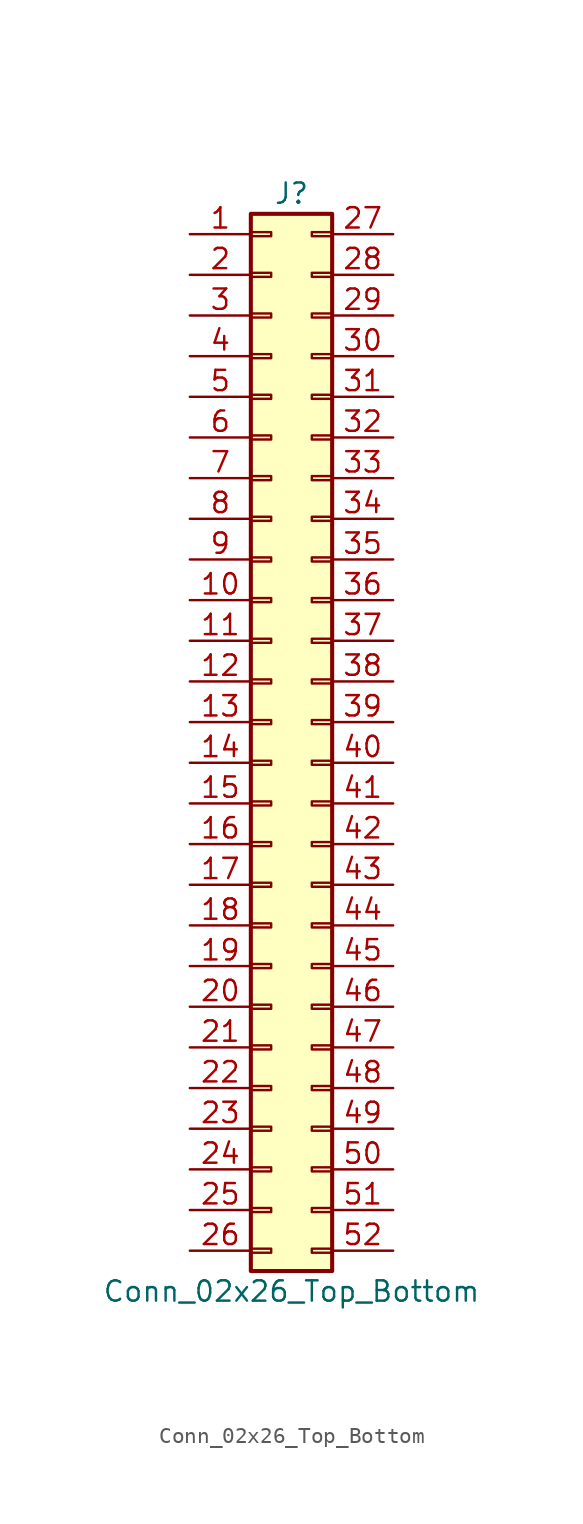
<source format=kicad_sym>
(kicad_symbol_lib
  (version 20220914)
  (generator kicad_symbol_editor)
  (symbol "Conn_02x26_Top_Bottom"
    (pin_names
      (offset 1.016) hide)
    (property "Reference" "J"
      (at 1.27 33.02 0)
      (effects (font (size 1.27 1.27))))
    (property "Value" "Conn_02x26_Top_Bottom"
      (at 1.27 -35.56 0)
      (effects (font (size 1.27 1.27))))
    (symbol "Conn_02x26_Top_Bottom_1_1"
      (rectangle (start -1.27 -32.893) (end 0 -33.147) (stroke (width 0.152) (type solid)) (fill (type none)))
      (rectangle (start -1.27 -30.353) (end 0 -30.607) (stroke (width 0.152) (type solid)) (fill (type none)))
      (rectangle (start -1.27 -27.813) (end 0 -28.067) (stroke (width 0.152) (type solid)) (fill (type none)))
      (rectangle (start -1.27 -25.273) (end 0 -25.527) (stroke (width 0.152) (type solid)) (fill (type none)))
      (rectangle (start -1.27 -22.733) (end 0 -22.987) (stroke (width 0.152) (type solid)) (fill (type none)))
      (rectangle (start -1.27 -20.193) (end 0 -20.447) (stroke (width 0.152) (type solid)) (fill (type none)))
      (rectangle (start -1.27 -17.653) (end 0 -17.907) (stroke (width 0.152) (type solid)) (fill (type none)))
      (rectangle (start -1.27 -15.113) (end 0 -15.367) (stroke (width 0.152) (type solid)) (fill (type none)))
      (rectangle (start -1.27 -12.573) (end 0 -12.827) (stroke (width 0.152) (type solid)) (fill (type none)))
      (rectangle (start -1.27 -10.033) (end 0 -10.287) (stroke (width 0.152) (type solid)) (fill (type none)))
      (rectangle (start -1.27 -7.493) (end 0 -7.747) (stroke (width 0.152) (type solid)) (fill (type none)))
      (rectangle (start -1.27 -4.953) (end 0 -5.207) (stroke (width 0.152) (type solid)) (fill (type none)))
      (rectangle (start -1.27 -2.413) (end 0 -2.667) (stroke (width 0.152) (type solid)) (fill (type none)))
      (rectangle (start -1.27 0.127) (end 0 -0.127) (stroke (width 0.152) (type solid)) (fill (type none)))
      (rectangle (start -1.27 2.667) (end 0 2.413) (stroke (width 0.152) (type solid)) (fill (type none)))
      (rectangle (start -1.27 5.207) (end 0 4.953) (stroke (width 0.152) (type solid)) (fill (type none)))
      (rectangle (start -1.27 7.747) (end 0 7.493) (stroke (width 0.152) (type solid)) (fill (type none)))
      (rectangle (start -1.27 10.287) (end 0 10.033) (stroke (width 0.152) (type solid)) (fill (type none)))
      (rectangle (start -1.27 12.827) (end 0 12.573) (stroke (width 0.152) (type solid)) (fill (type none)))
      (rectangle (start -1.27 15.367) (end 0 15.113) (stroke (width 0.152) (type solid)) (fill (type none)))
      (rectangle (start -1.27 17.907) (end 0 17.653) (stroke (width 0.152) (type solid)) (fill (type none)))
      (rectangle (start -1.27 20.447) (end 0 20.193) (stroke (width 0.152) (type solid)) (fill (type none)))
      (rectangle (start -1.27 22.987) (end 0 22.733) (stroke (width 0.152) (type solid)) (fill (type none)))
      (rectangle (start -1.27 25.527) (end 0 25.273) (stroke (width 0.152) (type solid)) (fill (type none)))
      (rectangle (start -1.27 28.067) (end 0 27.813) (stroke (width 0.152) (type solid)) (fill (type none)))
      (rectangle (start -1.27 30.607) (end 0 30.353) (stroke (width 0.152) (type solid)) (fill (type none)))
      (rectangle (start -1.27 31.75) (end 3.81 -34.29) (stroke (width 0.254) (type solid)) (fill (type background)))
      (rectangle (start 3.81 -32.893) (end 2.54 -33.147) (stroke (width 0.152) (type solid)) (fill (type none)))
      (rectangle (start 3.81 -30.353) (end 2.54 -30.607) (stroke (width 0.152) (type solid)) (fill (type none)))
      (rectangle (start 3.81 -27.813) (end 2.54 -28.067) (stroke (width 0.152) (type solid)) (fill (type none)))
      (rectangle (start 3.81 -25.273) (end 2.54 -25.527) (stroke (width 0.152) (type solid)) (fill (type none)))
      (rectangle (start 3.81 -22.733) (end 2.54 -22.987) (stroke (width 0.152) (type solid)) (fill (type none)))
      (rectangle (start 3.81 -20.193) (end 2.54 -20.447) (stroke (width 0.152) (type solid)) (fill (type none)))
      (rectangle (start 3.81 -17.653) (end 2.54 -17.907) (stroke (width 0.152) (type solid)) (fill (type none)))
      (rectangle (start 3.81 -15.113) (end 2.54 -15.367) (stroke (width 0.152) (type solid)) (fill (type none)))
      (rectangle (start 3.81 -12.573) (end 2.54 -12.827) (stroke (width 0.152) (type solid)) (fill (type none)))
      (rectangle (start 3.81 -10.033) (end 2.54 -10.287) (stroke (width 0.152) (type solid)) (fill (type none)))
      (rectangle (start 3.81 -7.493) (end 2.54 -7.747) (stroke (width 0.152) (type solid)) (fill (type none)))
      (rectangle (start 3.81 -4.953) (end 2.54 -5.207) (stroke (width 0.152) (type solid)) (fill (type none)))
      (rectangle (start 3.81 -2.413) (end 2.54 -2.667) (stroke (width 0.152) (type solid)) (fill (type none)))
      (rectangle (start 3.81 0.127) (end 2.54 -0.127) (stroke (width 0.152) (type solid)) (fill (type none)))
      (rectangle (start 3.81 2.667) (end 2.54 2.413) (stroke (width 0.152) (type solid)) (fill (type none)))
      (rectangle (start 3.81 5.207) (end 2.54 4.953) (stroke (width 0.152) (type solid)) (fill (type none)))
      (rectangle (start 3.81 7.747) (end 2.54 7.493) (stroke (width 0.152) (type solid)) (fill (type none)))
      (rectangle (start 3.81 10.287) (end 2.54 10.033) (stroke (width 0.152) (type solid)) (fill (type none)))
      (rectangle (start 3.81 12.827) (end 2.54 12.573) (stroke (width 0.152) (type solid)) (fill (type none)))
      (rectangle (start 3.81 15.367) (end 2.54 15.113) (stroke (width 0.152) (type solid)) (fill (type none)))
      (rectangle (start 3.81 17.907) (end 2.54 17.653) (stroke (width 0.152) (type solid)) (fill (type none)))
      (rectangle (start 3.81 20.447) (end 2.54 20.193) (stroke (width 0.152) (type solid)) (fill (type none)))
      (rectangle (start 3.81 22.987) (end 2.54 22.733) (stroke (width 0.152) (type solid)) (fill (type none)))
      (rectangle (start 3.81 25.527) (end 2.54 25.273) (stroke (width 0.152) (type solid)) (fill (type none)))
      (rectangle (start 3.81 28.067) (end 2.54 27.813) (stroke (width 0.152) (type solid)) (fill (type none)))
      (rectangle (start 3.81 30.607) (end 2.54 30.353) (stroke (width 0.152) (type solid)) (fill (type none)))
      (pin passive line (at -5.08 30.48 0) (length 3.81) (name "Pin_1" (effects (font (size 1.27 1.27)))) (number "1" (effects (font (size 1.27 1.27)))))
      (pin passive line (at -5.08 7.62 0) (length 3.81) (name "Pin_10" (effects (font (size 1.27 1.27)))) (number "10" (effects (font (size 1.27 1.27)))))
      (pin passive line (at -5.08 5.08 0) (length 3.81) (name "Pin_11" (effects (font (size 1.27 1.27)))) (number "11" (effects (font (size 1.27 1.27)))))
      (pin passive line (at -5.08 2.54 0) (length 3.81) (name "Pin_12" (effects (font (size 1.27 1.27)))) (number "12" (effects (font (size 1.27 1.27)))))
      (pin passive line (at -5.08 0 0) (length 3.81) (name "Pin_13" (effects (font (size 1.27 1.27)))) (number "13" (effects (font (size 1.27 1.27)))))
      (pin passive line (at -5.08 -2.54 0) (length 3.81) (name "Pin_14" (effects (font (size 1.27 1.27)))) (number "14" (effects (font (size 1.27 1.27)))))
      (pin passive line (at -5.08 -5.08 0) (length 3.81) (name "Pin_15" (effects (font (size 1.27 1.27)))) (number "15" (effects (font (size 1.27 1.27)))))
      (pin passive line (at -5.08 -7.62 0) (length 3.81) (name "Pin_16" (effects (font (size 1.27 1.27)))) (number "16" (effects (font (size 1.27 1.27)))))
      (pin passive line (at -5.08 -10.16 0) (length 3.81) (name "Pin_17" (effects (font (size 1.27 1.27)))) (number "17" (effects (font (size 1.27 1.27)))))
      (pin passive line (at -5.08 -12.7 0) (length 3.81) (name "Pin_18" (effects (font (size 1.27 1.27)))) (number "18" (effects (font (size 1.27 1.27)))))
      (pin passive line (at -5.08 -15.24 0) (length 3.81) (name "Pin_19" (effects (font (size 1.27 1.27)))) (number "19" (effects (font (size 1.27 1.27)))))
      (pin passive line (at -5.08 27.94 0) (length 3.81) (name "Pin_2" (effects (font (size 1.27 1.27)))) (number "2" (effects (font (size 1.27 1.27)))))
      (pin passive line (at -5.08 -17.78 0) (length 3.81) (name "Pin_20" (effects (font (size 1.27 1.27)))) (number "20" (effects (font (size 1.27 1.27)))))
      (pin passive line (at -5.08 -20.32 0) (length 3.81) (name "Pin_21" (effects (font (size 1.27 1.27)))) (number "21" (effects (font (size 1.27 1.27)))))
      (pin passive line (at -5.08 -22.86 0) (length 3.81) (name "Pin_22" (effects (font (size 1.27 1.27)))) (number "22" (effects (font (size 1.27 1.27)))))
      (pin passive line (at -5.08 -25.4 0) (length 3.81) (name "Pin_23" (effects (font (size 1.27 1.27)))) (number "23" (effects (font (size 1.27 1.27)))))
      (pin passive line (at -5.08 -27.94 0) (length 3.81) (name "Pin_24" (effects (font (size 1.27 1.27)))) (number "24" (effects (font (size 1.27 1.27)))))
      (pin passive line (at -5.08 -30.48 0) (length 3.81) (name "Pin_25" (effects (font (size 1.27 1.27)))) (number "25" (effects (font (size 1.27 1.27)))))
      (pin passive line (at -5.08 -33.02 0) (length 3.81) (name "Pin_26" (effects (font (size 1.27 1.27)))) (number "26" (effects (font (size 1.27 1.27)))))
      (pin passive line (at 7.62 30.48 180) (length 3.81) (name "Pin_27" (effects (font (size 1.27 1.27)))) (number "27" (effects (font (size 1.27 1.27)))))
      (pin passive line (at 7.62 27.94 180) (length 3.81) (name "Pin_28" (effects (font (size 1.27 1.27)))) (number "28" (effects (font (size 1.27 1.27)))))
      (pin passive line (at 7.62 25.4 180) (length 3.81) (name "Pin_29" (effects (font (size 1.27 1.27)))) (number "29" (effects (font (size 1.27 1.27)))))
      (pin passive line (at -5.08 25.4 0) (length 3.81) (name "Pin_3" (effects (font (size 1.27 1.27)))) (number "3" (effects (font (size 1.27 1.27)))))
      (pin passive line (at 7.62 22.86 180) (length 3.81) (name "Pin_30" (effects (font (size 1.27 1.27)))) (number "30" (effects (font (size 1.27 1.27)))))
      (pin passive line (at 7.62 20.32 180) (length 3.81) (name "Pin_31" (effects (font (size 1.27 1.27)))) (number "31" (effects (font (size 1.27 1.27)))))
      (pin passive line (at 7.62 17.78 180) (length 3.81) (name "Pin_32" (effects (font (size 1.27 1.27)))) (number "32" (effects (font (size 1.27 1.27)))))
      (pin passive line (at 7.62 15.24 180) (length 3.81) (name "Pin_33" (effects (font (size 1.27 1.27)))) (number "33" (effects (font (size 1.27 1.27)))))
      (pin passive line (at 7.62 12.7 180) (length 3.81) (name "Pin_34" (effects (font (size 1.27 1.27)))) (number "34" (effects (font (size 1.27 1.27)))))
      (pin passive line (at 7.62 10.16 180) (length 3.81) (name "Pin_35" (effects (font (size 1.27 1.27)))) (number "35" (effects (font (size 1.27 1.27)))))
      (pin passive line (at 7.62 7.62 180) (length 3.81) (name "Pin_36" (effects (font (size 1.27 1.27)))) (number "36" (effects (font (size 1.27 1.27)))))
      (pin passive line (at 7.62 5.08 180) (length 3.81) (name "Pin_37" (effects (font (size 1.27 1.27)))) (number "37" (effects (font (size 1.27 1.27)))))
      (pin passive line (at 7.62 2.54 180) (length 3.81) (name "Pin_38" (effects (font (size 1.27 1.27)))) (number "38" (effects (font (size 1.27 1.27)))))
      (pin passive line (at 7.62 0 180) (length 3.81) (name "Pin_39" (effects (font (size 1.27 1.27)))) (number "39" (effects (font (size 1.27 1.27)))))
      (pin passive line (at -5.08 22.86 0) (length 3.81) (name "Pin_4" (effects (font (size 1.27 1.27)))) (number "4" (effects (font (size 1.27 1.27)))))
      (pin passive line (at 7.62 -2.54 180) (length 3.81) (name "Pin_40" (effects (font (size 1.27 1.27)))) (number "40" (effects (font (size 1.27 1.27)))))
      (pin passive line (at 7.62 -5.08 180) (length 3.81) (name "Pin_41" (effects (font (size 1.27 1.27)))) (number "41" (effects (font (size 1.27 1.27)))))
      (pin passive line (at 7.62 -7.62 180) (length 3.81) (name "Pin_42" (effects (font (size 1.27 1.27)))) (number "42" (effects (font (size 1.27 1.27)))))
      (pin passive line (at 7.62 -10.16 180) (length 3.81) (name "Pin_43" (effects (font (size 1.27 1.27)))) (number "43" (effects (font (size 1.27 1.27)))))
      (pin passive line (at 7.62 -12.7 180) (length 3.81) (name "Pin_44" (effects (font (size 1.27 1.27)))) (number "44" (effects (font (size 1.27 1.27)))))
      (pin passive line (at 7.62 -15.24 180) (length 3.81) (name "Pin_45" (effects (font (size 1.27 1.27)))) (number "45" (effects (font (size 1.27 1.27)))))
      (pin passive line (at 7.62 -17.78 180) (length 3.81) (name "Pin_46" (effects (font (size 1.27 1.27)))) (number "46" (effects (font (size 1.27 1.27)))))
      (pin passive line (at 7.62 -20.32 180) (length 3.81) (name "Pin_47" (effects (font (size 1.27 1.27)))) (number "47" (effects (font (size 1.27 1.27)))))
      (pin passive line (at 7.62 -22.86 180) (length 3.81) (name "Pin_48" (effects (font (size 1.27 1.27)))) (number "48" (effects (font (size 1.27 1.27)))))
      (pin passive line (at 7.62 -25.4 180) (length 3.81) (name "Pin_49" (effects (font (size 1.27 1.27)))) (number "49" (effects (font (size 1.27 1.27)))))
      (pin passive line (at -5.08 20.32 0) (length 3.81) (name "Pin_5" (effects (font (size 1.27 1.27)))) (number "5" (effects (font (size 1.27 1.27)))))
      (pin passive line (at 7.62 -27.94 180) (length 3.81) (name "Pin_50" (effects (font (size 1.27 1.27)))) (number "50" (effects (font (size 1.27 1.27)))))
      (pin passive line (at 7.62 -30.48 180) (length 3.81) (name "Pin_51" (effects (font (size 1.27 1.27)))) (number "51" (effects (font (size 1.27 1.27)))))
      (pin passive line (at 7.62 -33.02 180) (length 3.81) (name "Pin_52" (effects (font (size 1.27 1.27)))) (number "52" (effects (font (size 1.27 1.27)))))
      (pin passive line (at -5.08 17.78 0) (length 3.81) (name "Pin_6" (effects (font (size 1.27 1.27)))) (number "6" (effects (font (size 1.27 1.27)))))
      (pin passive line (at -5.08 15.24 0) (length 3.81) (name "Pin_7" (effects (font (size 1.27 1.27)))) (number "7" (effects (font (size 1.27 1.27)))))
      (pin passive line (at -5.08 12.7 0) (length 3.81) (name "Pin_8" (effects (font (size 1.27 1.27)))) (number "8" (effects (font (size 1.27 1.27)))))
      (pin passive line (at -5.08 10.16 0) (length 3.81) (name "Pin_9" (effects (font (size 1.27 1.27)))) (number "9" (effects (font (size 1.27 1.27))))))))
</source>
